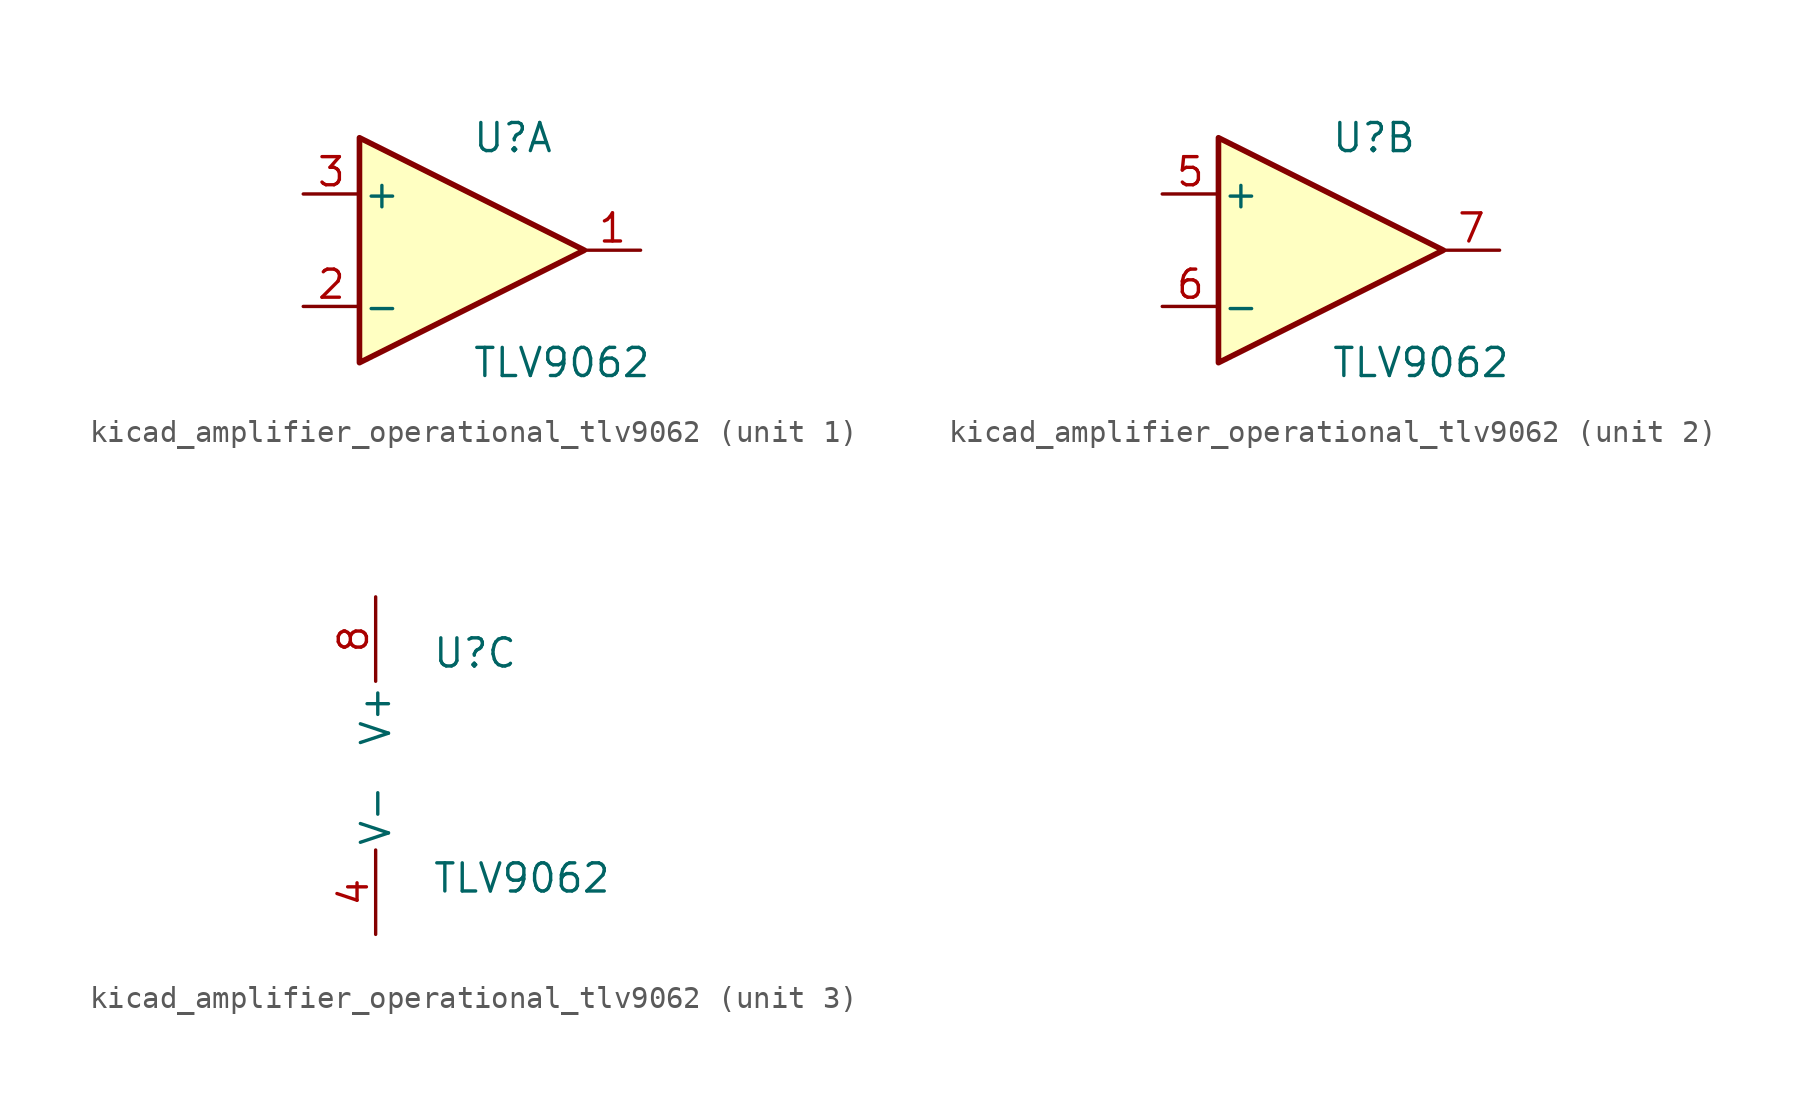
<source format=kicad_sym>
(kicad_symbol_lib
  (version 20220914)
  (generator kicad_symbol_editor)
  (symbol "kicad_amplifier_operational_tlv9062"
    (pin_names
      (offset 0.127))
    (property "Reference" "U"
      (at 0 5.08 0)
      (effects (font (size 1.27 1.27)) (justify left)))
    (property "Value" "TLV9062"
      (at 0 -5.08 0)
      (effects (font (size 1.27 1.27)) (justify left)))
    (property "ki_locked" ""
      (at 0 0 0)
      (effects (font (size 1.27 1.27))))
    (symbol "kicad_amplifier_operational_tlv9062_1_1"
      (polyline (pts (xy -5.08 5.08) (xy 5.08 0) (xy -5.08 -5.08) (xy -5.08 5.08)) (stroke (width 0.254) (type default)) (fill (type background)))
      (pin output line (at 7.62 0 180) (length 2.54) (name "~" (effects (font (size 1.27 1.27)))) (number "1" (effects (font (size 1.27 1.27)))))
      (pin input line (at -7.62 -2.54 0) (length 2.54) (name "-" (effects (font (size 1.27 1.27)))) (number "2" (effects (font (size 1.27 1.27)))))
      (pin input line (at -7.62 2.54 0) (length 2.54) (name "+" (effects (font (size 1.27 1.27)))) (number "3" (effects (font (size 1.27 1.27))))))
    (symbol "kicad_amplifier_operational_tlv9062_2_1"
      (polyline (pts (xy -5.08 5.08) (xy 5.08 0) (xy -5.08 -5.08) (xy -5.08 5.08)) (stroke (width 0.254) (type default)) (fill (type background)))
      (pin input line (at -7.62 2.54 0) (length 2.54) (name "+" (effects (font (size 1.27 1.27)))) (number "5" (effects (font (size 1.27 1.27)))))
      (pin input line (at -7.62 -2.54 0) (length 2.54) (name "-" (effects (font (size 1.27 1.27)))) (number "6" (effects (font (size 1.27 1.27)))))
      (pin output line (at 7.62 0 180) (length 2.54) (name "~" (effects (font (size 1.27 1.27)))) (number "7" (effects (font (size 1.27 1.27))))))
    (symbol "kicad_amplifier_operational_tlv9062_3_1"
      (pin power_in line (at -2.54 -7.62 90) (length 3.81) (name "V-" (effects (font (size 1.27 1.27)))) (number "4" (effects (font (size 1.27 1.27)))))
      (pin power_in line (at -2.54 7.62 270) (length 3.81) (name "V+" (effects (font (size 1.27 1.27)))) (number "8" (effects (font (size 1.27 1.27))))))))
</source>
